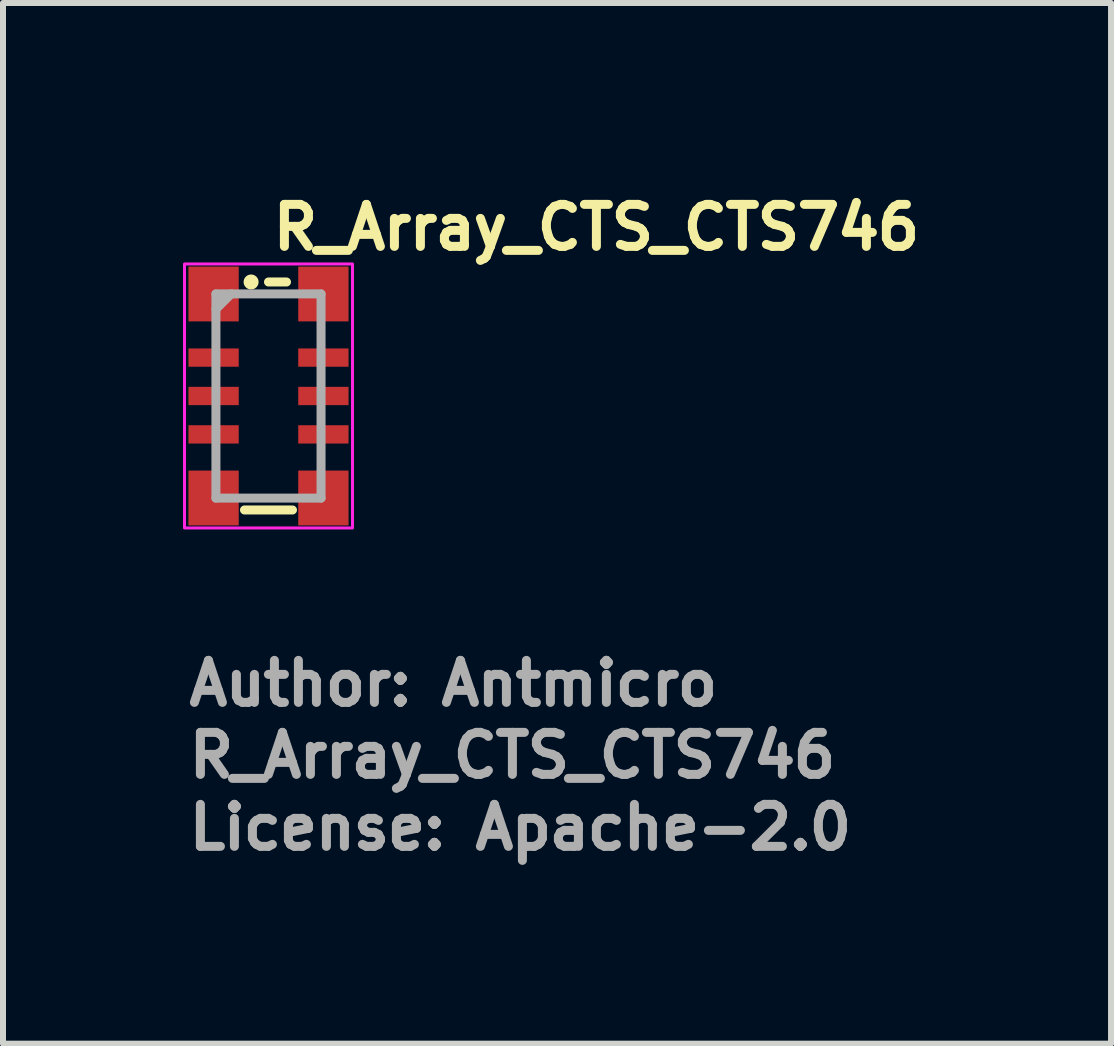
<source format=kicad_pcb>
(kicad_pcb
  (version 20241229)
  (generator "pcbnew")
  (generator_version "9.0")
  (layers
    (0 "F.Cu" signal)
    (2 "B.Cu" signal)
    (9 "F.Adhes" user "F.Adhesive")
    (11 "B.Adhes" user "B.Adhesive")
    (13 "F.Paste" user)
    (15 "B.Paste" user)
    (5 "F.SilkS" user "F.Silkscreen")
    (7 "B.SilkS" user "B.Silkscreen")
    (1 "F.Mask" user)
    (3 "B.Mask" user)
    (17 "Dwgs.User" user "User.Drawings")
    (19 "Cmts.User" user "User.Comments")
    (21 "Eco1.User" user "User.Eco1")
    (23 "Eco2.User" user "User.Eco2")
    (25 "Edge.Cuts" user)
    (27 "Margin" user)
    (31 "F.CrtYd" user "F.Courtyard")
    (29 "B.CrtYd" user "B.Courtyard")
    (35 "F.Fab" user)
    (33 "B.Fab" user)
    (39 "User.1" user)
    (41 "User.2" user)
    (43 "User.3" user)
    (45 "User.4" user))
  (footprint "R_Array_CTS_CTS746"
    (layer "F.Cu")
    (at 1.425 3.55)
    (property "Reference" "R_Array_CTS_CTS746" (at 0 -2.4 0) (unlocked yes) (layer "F.SilkS") (effects (font (size 0.7 0.7) (thickness 0.15)) (justify left bottom)))
    (attr smd)
    (fp_line (start 0.3 -1.9) (end 0 -1.9) (stroke (width 0.15) (type solid)) (layer "F.SilkS"))
    (fp_line (start 0.4 1.9) (end -0.4 1.9) (stroke (width 0.15) (type solid)) (layer "F.SilkS"))
    (fp_circle (center -0.29 -1.9) (end -0.24 -1.9) (stroke (width 0.15) (type solid)) (fill yes) (layer "F.SilkS"))
    (fp_rect (start -1.4 -2.2) (end 1.4 2.2) (stroke (width 0.05) (type solid)) (fill no) (layer "F.CrtYd"))
    (fp_line (start -0.876 -1.702) (end 0.876 -1.702) (stroke (width 0.15) (type solid)) (layer "F.Fab"))
    (fp_line (start -0.876 -1.7) (end -0.876 1.702) (stroke (width 0.15) (type solid)) (layer "F.Fab"))
    (fp_line (start -0.876 1.702) (end 0.876 1.702) (stroke (width 0.15) (type solid)) (layer "F.Fab"))
    (fp_line (start -0.622 -1.702) (end -0.876 -1.448) (stroke (width 0.15) (type solid)) (layer "F.Fab"))
    (fp_line (start 0.876 -1.7) (end 0.876 1.702) (stroke (width 0.15) (type solid)) (layer "F.Fab"))
    (fp_rect (start -0.876 -1.702) (end 0.876 1.702) (stroke (width 0.1) (type solid)) (fill no) (layer "User.5"))
    (fp_line (start -0.876 -1.702) (end -0.419 -1.702) (stroke (width 0.02) (type solid)) (layer "User.9"))
    (fp_line (start -0.876 -1.194) (end -0.876 -1.702) (stroke (width 0.02) (type solid)) (layer "User.9"))
    (fp_line (start -0.876 -0.843) (end -0.419 -0.843) (stroke (width 0.02) (type solid)) (layer "User.9"))
    (fp_line (start -0.876 -0.437) (end -0.876 -0.843) (stroke (width 0.02) (type solid)) (layer "User.9"))
    (fp_line (start -0.876 -0.203) (end -0.419 -0.203) (stroke (width 0.02) (type solid)) (layer "User.9"))
    (fp_line (start -0.876 0.203) (end -0.876 -0.203) (stroke (width 0.02) (type solid)) (layer "User.9"))
    (fp_line (start -0.876 0.437) (end -0.419 0.437) (stroke (width 0.02) (type solid)) (layer "User.9"))
    (fp_line (start -0.876 0.843) (end -0.876 0.437) (stroke (width 0.02) (type solid)) (layer "User.9"))
    (fp_line (start -0.876 1.194) (end -0.419 1.194) (stroke (width 0.02) (type solid)) (layer "User.9"))
    (fp_line (start -0.876 1.702) (end -0.876 1.194) (stroke (width 0.02) (type solid)) (layer "User.9"))
    (fp_line (start -0.851 -1.194) (end -0.851 -0.843) (stroke (width 0.02) (type solid)) (layer "User.9"))
    (fp_line (start -0.851 -0.437) (end -0.851 -0.203) (stroke (width 0.02) (type solid)) (layer "User.9"))
    (fp_line (start -0.851 0.203) (end -0.851 0.437) (stroke (width 0.02) (type solid)) (layer "User.9"))
    (fp_line (start -0.851 0.843) (end -0.851 1.194) (stroke (width 0.02) (type solid)) (layer "User.9"))
    (fp_line (start -0.419 -1.702) (end -0.419 -1.194) (stroke (width 0.02) (type solid)) (layer "User.9"))
    (fp_line (start -0.419 -1.194) (end -0.876 -1.194) (stroke (width 0.02) (type solid)) (layer "User.9"))
    (fp_line (start -0.419 -0.843) (end -0.419 -0.437) (stroke (width 0.02) (type solid)) (layer "User.9"))
    (fp_line (start -0.419 -0.437) (end -0.876 -0.437) (stroke (width 0.02) (type solid)) (layer "User.9"))
    (fp_line (start -0.419 -0.203) (end -0.419 0.203) (stroke (width 0.02) (type solid)) (layer "User.9"))
    (fp_line (start -0.419 0.203) (end -0.876 0.203) (stroke (width 0.02) (type solid)) (layer "User.9"))
    (fp_line (start -0.419 0.437) (end -0.419 0.843) (stroke (width 0.02) (type solid)) (layer "User.9"))
    (fp_line (start -0.419 0.843) (end -0.876 0.843) (stroke (width 0.02) (type solid)) (layer "User.9"))
    (fp_line (start -0.419 1.194) (end -0.419 1.702) (stroke (width 0.02) (type solid)) (layer "User.9"))
    (fp_line (start -0.419 1.676) (end 0.419 1.676) (stroke (width 0.02) (type solid)) (layer "User.9"))
    (fp_line (start -0.419 1.702) (end -0.876 1.702) (stroke (width 0.02) (type solid)) (layer "User.9"))
    (fp_line (start 0.419 -1.702) (end 0.876 -1.702) (stroke (width 0.02) (type solid)) (layer "User.9"))
    (fp_line (start 0.419 -1.676) (end -0.419 -1.676) (stroke (width 0.02) (type solid)) (layer "User.9"))
    (fp_line (start 0.419 -1.194) (end 0.419 -1.702) (stroke (width 0.02) (type solid)) (layer "User.9"))
    (fp_line (start 0.419 -0.843) (end 0.876 -0.843) (stroke (width 0.02) (type solid)) (layer "User.9"))
    (fp_line (start 0.419 -0.437) (end 0.419 -0.843) (stroke (width 0.02) (type solid)) (layer "User.9"))
    (fp_line (start 0.419 -0.203) (end 0.876 -0.203) (stroke (width 0.02) (type solid)) (layer "User.9"))
    (fp_line (start 0.419 0.203) (end 0.419 -0.203) (stroke (width 0.02) (type solid)) (layer "User.9"))
    (fp_line (start 0.419 0.437) (end 0.876 0.437) (stroke (width 0.02) (type solid)) (layer "User.9"))
    (fp_line (start 0.419 0.843) (end 0.419 0.437) (stroke (width 0.02) (type solid)) (layer "User.9"))
    (fp_line (start 0.419 1.194) (end 0.876 1.194) (stroke (width 0.02) (type solid)) (layer "User.9"))
    (fp_line (start 0.419 1.702) (end 0.419 1.194) (stroke (width 0.02) (type solid)) (layer "User.9"))
    (fp_line (start 0.851 -0.843) (end 0.851 -1.194) (stroke (width 0.02) (type solid)) (layer "User.9"))
    (fp_line (start 0.851 -0.203) (end 0.851 -0.437) (stroke (width 0.02) (type solid)) (layer "User.9"))
    (fp_line (start 0.851 0.437) (end 0.851 0.203) (stroke (width 0.02) (type solid)) (layer "User.9"))
    (fp_line (start 0.851 1.194) (end 0.851 0.843) (stroke (width 0.02) (type solid)) (layer "User.9"))
    (fp_line (start 0.876 -1.702) (end 0.876 -1.194) (stroke (width 0.02) (type solid)) (layer "User.9"))
    (fp_line (start 0.876 -1.194) (end 0.419 -1.194) (stroke (width 0.02) (type solid)) (layer "User.9"))
    (fp_line (start 0.876 -0.843) (end 0.876 -0.437) (stroke (width 0.02) (type solid)) (layer "User.9"))
    (fp_line (start 0.876 -0.437) (end 0.419 -0.437) (stroke (width 0.02) (type solid)) (layer "User.9"))
    (fp_line (start 0.876 -0.203) (end 0.876 0.203) (stroke (width 0.02) (type solid)) (layer "User.9"))
    (fp_line (start 0.876 0.203) (end 0.419 0.203) (stroke (width 0.02) (type solid)) (layer "User.9"))
    (fp_line (start 0.876 0.437) (end 0.876 0.843) (stroke (width 0.02) (type solid)) (layer "User.9"))
    (fp_line (start 0.876 0.843) (end 0.419 0.843) (stroke (width 0.02) (type solid)) (layer "User.9"))
    (fp_line (start 0.876 1.194) (end 0.876 1.702) (stroke (width 0.02) (type solid)) (layer "User.9"))
    (fp_line (start 0.876 1.702) (end 0.419 1.702) (stroke (width 0.02) (type solid)) (layer "User.9"))
    (fp_text user "License: Apache-2.0" (at -1.4 7.6 0) (layer "F.Fab") (effects (font (size 0.7 0.7) (thickness 0.15)) (justify left bottom)))
    (fp_text user "Author: Antmicro" (at -1.4 5.2 0) (layer "F.Fab") (effects (font (size 0.7 0.7) (thickness 0.15)) (justify left bottom)))
    (fp_text user "${REFERENCE}" (at -1.4 6.4 0) (unlocked yes) (layer "F.Fab") (effects (font (size 0.7 0.7) (thickness 0.15)) (justify left bottom)))
    (pad "1" smd rect (at -0.915 -1.7) (size 0.838 0.914) (layers "F.Cu" "F.Mask" "F.Paste"))
    (pad "2" smd rect (at -0.915 -0.64) (size 0.838 0.305) (layers "F.Cu" "F.Mask" "F.Paste"))
    (pad "3" smd rect (at -0.915 0) (size 0.838 0.305) (layers "F.Cu" "F.Mask" "F.Paste"))
    (pad "4" smd rect (at -0.915 0.64) (size 0.838 0.305) (layers "F.Cu" "F.Mask" "F.Paste"))
    (pad "5" smd rect (at -0.915 1.7) (size 0.838 0.914) (layers "F.Cu" "F.Mask" "F.Paste"))
    (pad "6" smd rect (at 0.915 1.7) (size 0.838 0.914) (layers "F.Cu" "F.Mask" "F.Paste"))
    (pad "7" smd rect (at 0.915 0.64) (size 0.838 0.305) (layers "F.Cu" "F.Mask" "F.Paste"))
    (pad "8" smd rect (at 0.915 0) (size 0.838 0.305) (layers "F.Cu" "F.Mask" "F.Paste"))
    (pad "9" smd rect (at 0.915 -0.64) (size 0.838 0.305) (layers "F.Cu" "F.Mask" "F.Paste"))
    (pad "10" smd rect (at 0.915 -1.7) (size 0.838 0.914) (layers "F.Cu" "F.Mask" "F.Paste")))
  (gr_rect
    (start -3 -3)
    (end 15.468 14.345)
    (stroke (width 0.1) (type default))
    (fill no)
    (layer "Edge.Cuts")))
</source>
